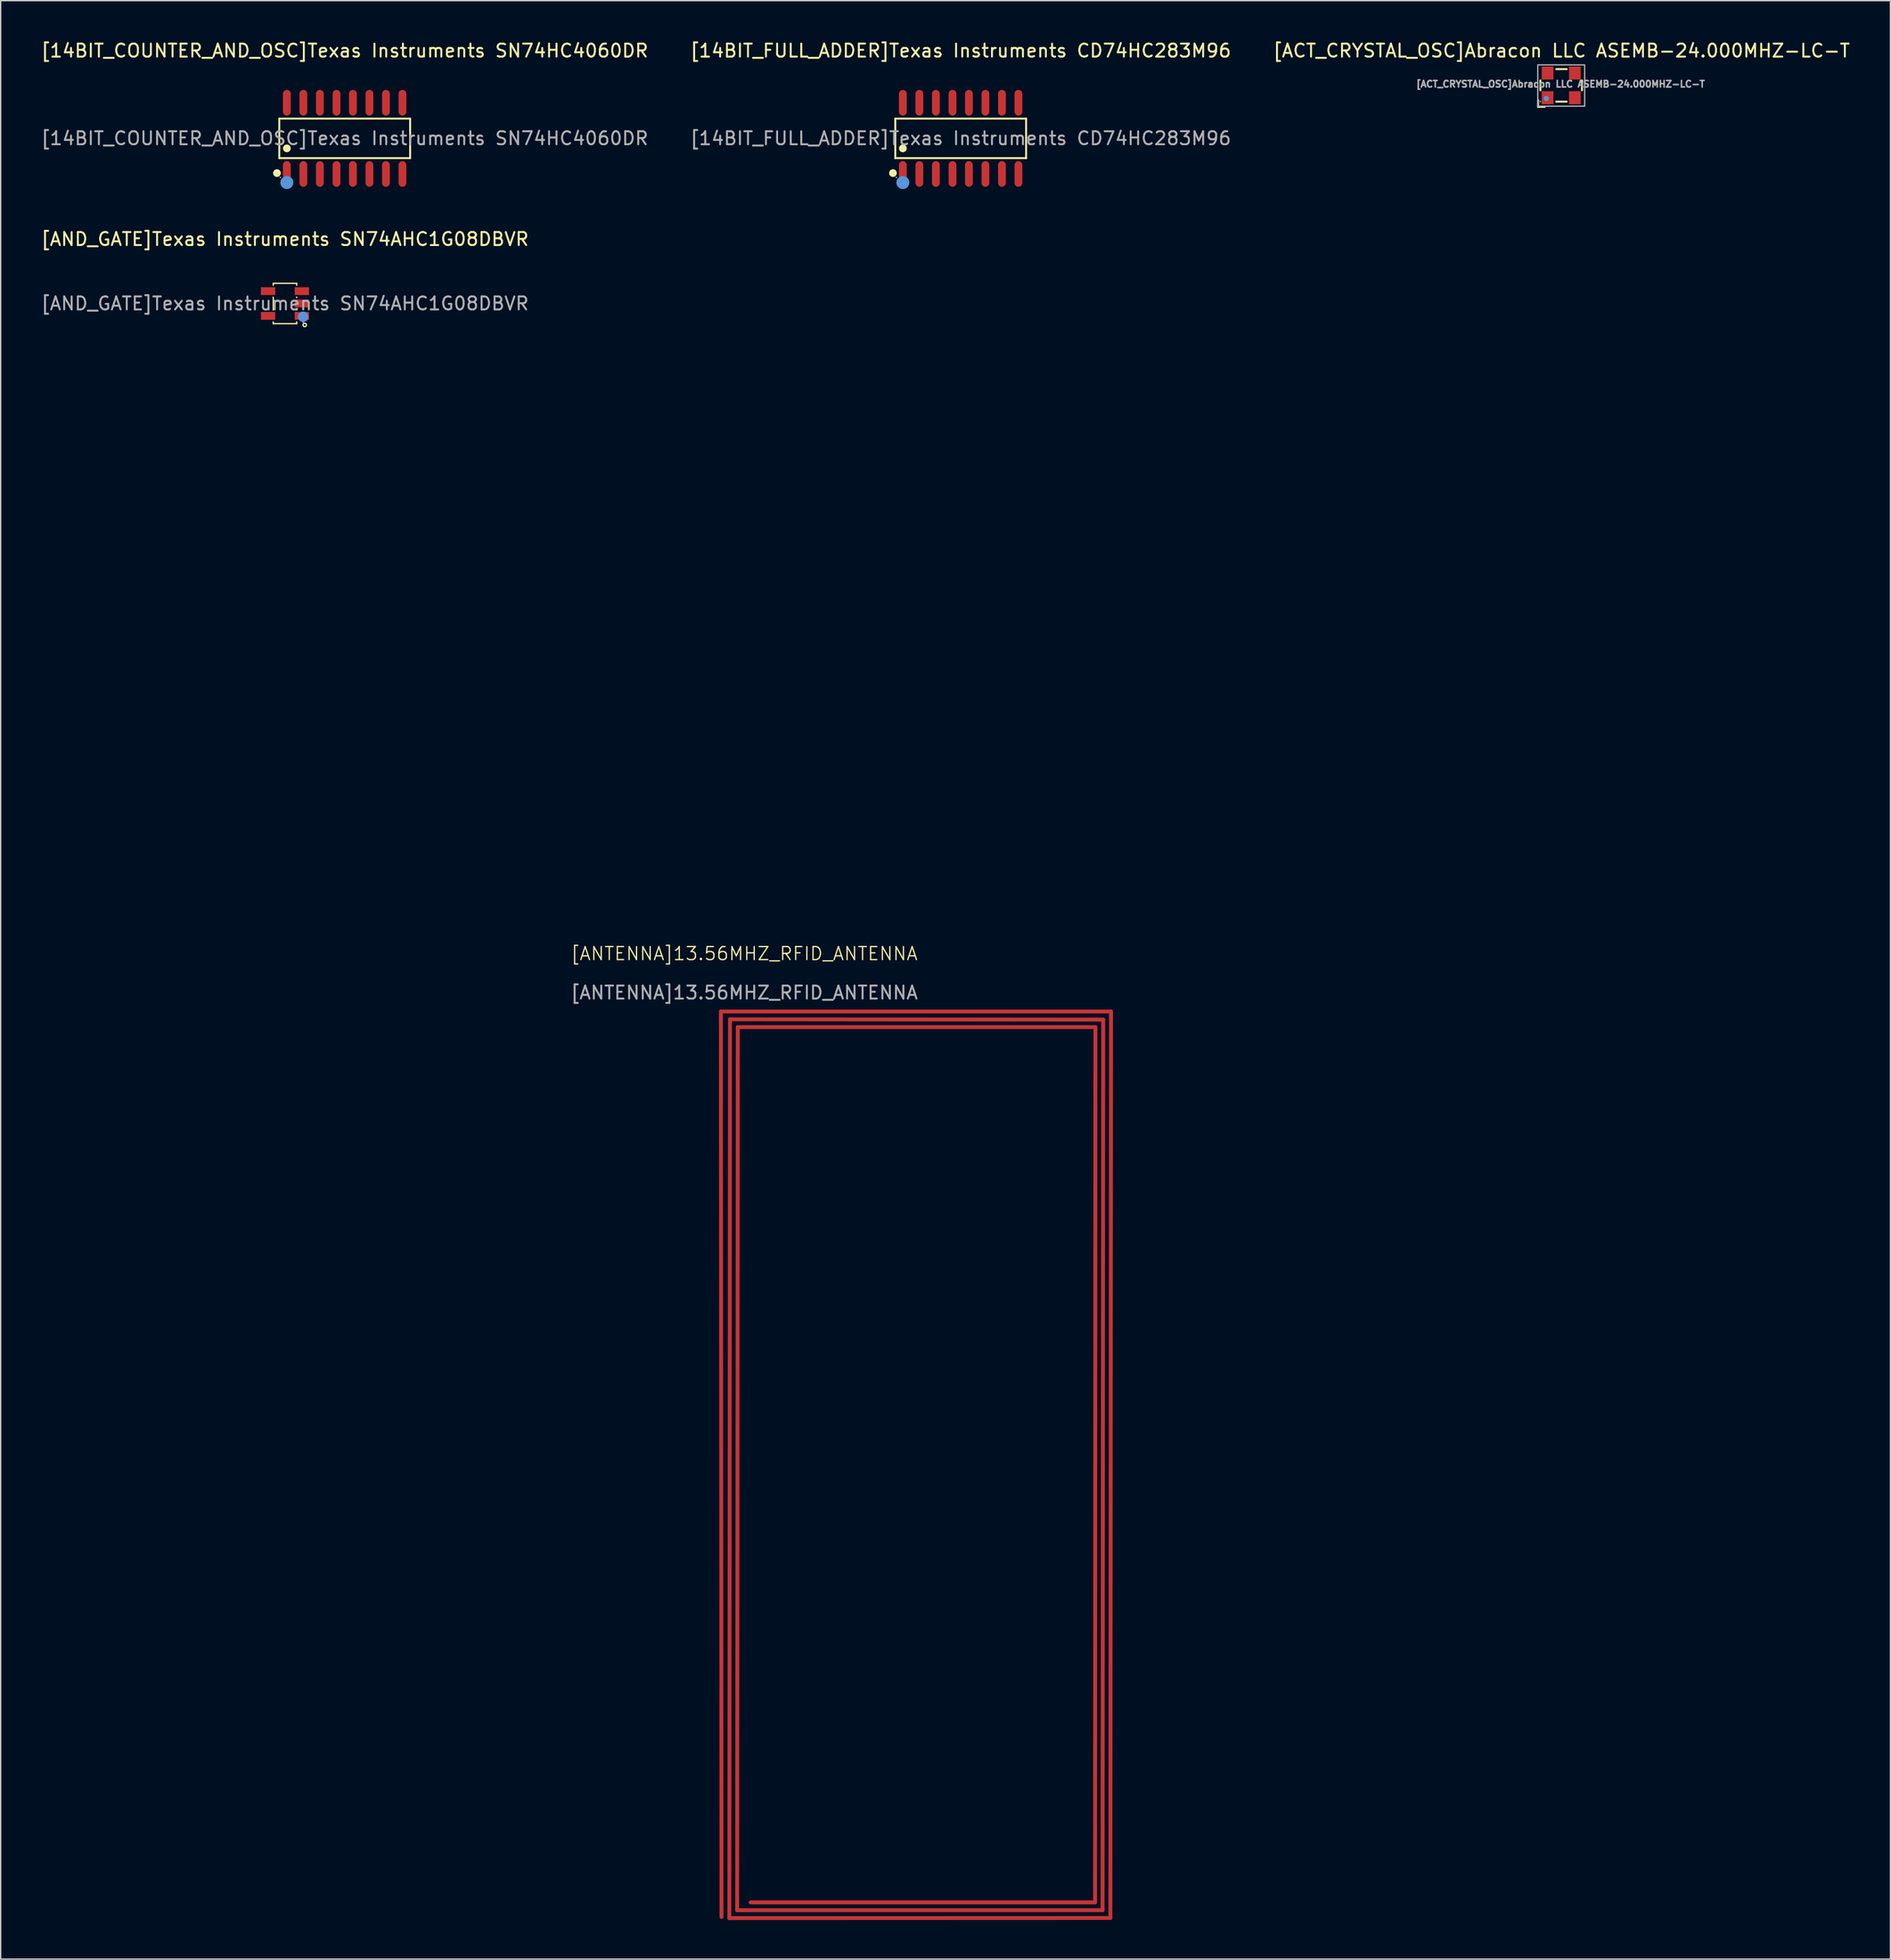
<source format=kicad_pcb>
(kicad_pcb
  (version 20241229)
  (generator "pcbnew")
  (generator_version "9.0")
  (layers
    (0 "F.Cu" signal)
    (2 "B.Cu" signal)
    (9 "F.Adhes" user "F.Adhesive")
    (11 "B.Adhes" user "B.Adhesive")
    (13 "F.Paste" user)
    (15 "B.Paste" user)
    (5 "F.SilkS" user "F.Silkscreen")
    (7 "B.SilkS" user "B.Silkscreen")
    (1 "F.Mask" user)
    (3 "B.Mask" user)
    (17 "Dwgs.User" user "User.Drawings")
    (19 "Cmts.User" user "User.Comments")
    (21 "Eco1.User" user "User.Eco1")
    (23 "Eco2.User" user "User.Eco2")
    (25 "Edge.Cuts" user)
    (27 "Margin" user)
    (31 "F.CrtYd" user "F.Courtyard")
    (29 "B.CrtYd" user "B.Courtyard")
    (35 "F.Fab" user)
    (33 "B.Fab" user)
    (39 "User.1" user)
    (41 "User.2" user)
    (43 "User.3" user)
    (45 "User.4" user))
  (footprint "[AND_GATE]Texas Instruments SN74AHC1G08DBVR"
    (layer "F.Cu")
    (at 18.863 20.287)
    (property "Reference" "[AND_GATE]Texas Instruments SN74AHC1G08DBVR" (at 0 -4.95 0) (layer "F.SilkS") (effects (font (size 1 1) (thickness 0.15))))
    (attr smd)
    (fp_line (start -0.9 -1.55) (end -0.9 -1.4) (stroke (width 0.1) (type solid)) (layer "F.SilkS"))
    (fp_line (start -0.9 -1.55) (end 0.9 -1.55) (stroke (width 0.1) (type solid)) (layer "F.SilkS"))
    (fp_line (start -0.9 -0.49) (end -0.9 0.5) (stroke (width 0.1) (type solid)) (layer "F.SilkS"))
    (fp_line (start -0.9 1.41) (end -0.9 1.55) (stroke (width 0.1) (type solid)) (layer "F.SilkS"))
    (fp_line (start -0.9 1.55) (end 0.9 1.55) (stroke (width 0.1) (type solid)) (layer "F.SilkS"))
    (fp_line (start 0.9 -1.55) (end 0.9 -1.4) (stroke (width 0.1) (type solid)) (layer "F.SilkS"))
    (fp_line (start 0.9 -0.49) (end 0.9 -0.45) (stroke (width 0.1) (type solid)) (layer "F.SilkS"))
    (fp_line (start 0.9 0.46) (end 0.9 0.5) (stroke (width 0.1) (type solid)) (layer "F.SilkS"))
    (fp_line (start 0.9 1.41) (end 0.9 1.55) (stroke (width 0.1) (type solid)) (layer "F.SilkS"))
    (fp_circle (center 1.52 1.65) (end 1.65 1.65) (stroke (width 0.1) (type solid)) (fill no) (layer "F.SilkS"))
    (fp_circle (center 1.4 1.02) (end 1.6 1.02) (stroke (width 0.4) (type solid)) (fill no) (layer "Cmts.User"))
    (fp_circle (center 1.4 1.45) (end 1.43 1.45) (stroke (width 0.06) (type solid)) (fill no) (layer "F.Fab"))
    (fp_text user "${REFERENCE}" (at 0 0 0) (layer "F.Fab") (effects (font (size 1 1) (thickness 0.15))))
    (pad "1" smd rect (at 1.3 0.95) (size 1.1 0.6) (layers "F.Cu" "F.Mask" "F.Paste"))
    (pad "2" smd rect (at 1.3 0) (size 1.1 0.6) (layers "F.Cu" "F.Mask" "F.Paste"))
    (pad "3" smd rect (at 1.3 -0.95) (size 1.1 0.6) (layers "F.Cu" "F.Mask" "F.Paste"))
    (pad "4" smd rect (at -1.3 -0.95) (size 1.1 0.6) (layers "F.Cu" "F.Mask" "F.Paste"))
    (pad "5" smd rect (at -1.3 0.95) (size 1.1 0.6) (layers "F.Cu" "F.Mask" "F.Paste")))
  (footprint "[14BIT_COUNTER_AND_OSC]Texas Instruments SN74HC4060DR"
    (layer "F.Cu")
    (at 23.458 7.588)
    (property "Reference" "[14BIT_COUNTER_AND_OSC]Texas Instruments SN74HC4060DR" (at 0 -6.74 0) (layer "F.SilkS") (effects (font (size 1 1) (thickness 0.15))))
    (attr smd)
    (fp_line (start -5.03 -1.52) (end 5.03 -1.52) (stroke (width 0.15) (type solid)) (layer "F.SilkS"))
    (fp_line (start -5.03 1.52) (end -5.03 -1.52) (stroke (width 0.15) (type solid)) (layer "F.SilkS"))
    (fp_line (start 5.03 -1.52) (end 5.03 1.52) (stroke (width 0.15) (type solid)) (layer "F.SilkS"))
    (fp_line (start 5.03 1.52) (end -5.03 1.52) (stroke (width 0.15) (type solid)) (layer "F.SilkS"))
    (fp_circle (center -5.21 2.67) (end -5.06 2.67) (stroke (width 0.3) (type solid)) (fill no) (layer "F.SilkS"))
    (fp_circle (center -4.45 0.77) (end -4.3 0.77) (stroke (width 0.3) (type solid)) (fill no) (layer "F.SilkS"))
    (fp_circle (center -4.45 3.4) (end -4.2 3.4) (stroke (width 0.5) (type solid)) (fill no) (layer "Cmts.User"))
    (fp_circle (center -4.95 3) (end -4.92 3) (stroke (width 0.06) (type solid)) (fill no) (layer "F.Fab"))
    (fp_text user "${REFERENCE}" (at 0 0 0) (layer "F.Fab") (effects (font (size 1 1) (thickness 0.15))))
    (pad "1" smd oval (at -4.45 2.74) (size 0.6 1.97) (layers "F.Cu" "F.Mask" "F.Paste"))
    (pad "2" smd oval (at -3.18 2.74) (size 0.6 1.97) (layers "F.Cu" "F.Mask" "F.Paste"))
    (pad "3" smd oval (at -1.91 2.74) (size 0.6 1.97) (layers "F.Cu" "F.Mask" "F.Paste"))
    (pad "4" smd oval (at -0.63 2.74) (size 0.6 1.97) (layers "F.Cu" "F.Mask" "F.Paste"))
    (pad "5" smd oval (at 0.63 2.74) (size 0.6 1.97) (layers "F.Cu" "F.Mask" "F.Paste"))
    (pad "6" smd oval (at 1.9 2.74) (size 0.6 1.97) (layers "F.Cu" "F.Mask" "F.Paste"))
    (pad "7" smd oval (at 3.17 2.74) (size 0.6 1.97) (layers "F.Cu" "F.Mask" "F.Paste"))
    (pad "8" smd oval (at 4.44 2.74) (size 0.6 1.97) (layers "F.Cu" "F.Mask" "F.Paste"))
    (pad "9" smd oval (at 4.44 -2.74) (size 0.6 1.97) (layers "F.Cu" "F.Mask" "F.Paste"))
    (pad "10" smd oval (at 3.17 -2.74) (size 0.6 1.97) (layers "F.Cu" "F.Mask" "F.Paste"))
    (pad "11" smd oval (at 1.9 -2.74) (size 0.6 1.97) (layers "F.Cu" "F.Mask" "F.Paste"))
    (pad "12" smd oval (at 0.63 -2.74) (size 0.6 1.97) (layers "F.Cu" "F.Mask" "F.Paste"))
    (pad "13" smd oval (at -0.63 -2.74) (size 0.6 1.97) (layers "F.Cu" "F.Mask" "F.Paste"))
    (pad "14" smd oval (at -1.91 -2.74) (size 0.6 1.97) (layers "F.Cu" "F.Mask" "F.Paste"))
    (pad "15" smd oval (at -3.18 -2.74) (size 0.6 1.97) (layers "F.Cu" "F.Mask" "F.Paste"))
    (pad "16" smd oval (at -4.45 -2.74) (size 0.6 1.97) (layers "F.Cu" "F.Mask" "F.Paste")))
  (footprint "[14BIT_FULL_ADDER]Texas Instruments CD74HC283M96"
    (layer "F.Cu")
    (at 70.827 7.588)
    (property "Reference" "[14BIT_FULL_ADDER]Texas Instruments CD74HC283M96" (at 0 -6.74 0) (layer "F.SilkS") (effects (font (size 1 1) (thickness 0.15))))
    (attr smd)
    (fp_line (start -5.03 -1.52) (end 5.03 -1.52) (stroke (width 0.15) (type solid)) (layer "F.SilkS"))
    (fp_line (start -5.03 1.52) (end -5.03 -1.52) (stroke (width 0.15) (type solid)) (layer "F.SilkS"))
    (fp_line (start 5.03 -1.52) (end 5.03 1.52) (stroke (width 0.15) (type solid)) (layer "F.SilkS"))
    (fp_line (start 5.03 1.52) (end -5.03 1.52) (stroke (width 0.15) (type solid)) (layer "F.SilkS"))
    (fp_circle (center -5.21 2.67) (end -5.06 2.67) (stroke (width 0.3) (type solid)) (fill no) (layer "F.SilkS"))
    (fp_circle (center -4.45 0.77) (end -4.3 0.77) (stroke (width 0.3) (type solid)) (fill no) (layer "F.SilkS"))
    (fp_circle (center -4.45 3.4) (end -4.2 3.4) (stroke (width 0.5) (type solid)) (fill no) (layer "Cmts.User"))
    (fp_circle (center -4.95 3) (end -4.92 3) (stroke (width 0.06) (type solid)) (fill no) (layer "F.Fab"))
    (fp_text user "${REFERENCE}" (at 0 0 0) (layer "F.Fab") (effects (font (size 1 1) (thickness 0.15))))
    (pad "1" smd oval (at -4.45 2.74) (size 0.6 1.97) (layers "F.Cu" "F.Mask" "F.Paste"))
    (pad "2" smd oval (at -3.18 2.74) (size 0.6 1.97) (layers "F.Cu" "F.Mask" "F.Paste"))
    (pad "3" smd oval (at -1.91 2.74) (size 0.6 1.97) (layers "F.Cu" "F.Mask" "F.Paste"))
    (pad "4" smd oval (at -0.63 2.74) (size 0.6 1.97) (layers "F.Cu" "F.Mask" "F.Paste"))
    (pad "5" smd oval (at 0.63 2.74) (size 0.6 1.97) (layers "F.Cu" "F.Mask" "F.Paste"))
    (pad "6" smd oval (at 1.9 2.74) (size 0.6 1.97) (layers "F.Cu" "F.Mask" "F.Paste"))
    (pad "7" smd oval (at 3.17 2.74) (size 0.6 1.97) (layers "F.Cu" "F.Mask" "F.Paste"))
    (pad "8" smd oval (at 4.44 2.74) (size 0.6 1.97) (layers "F.Cu" "F.Mask" "F.Paste"))
    (pad "9" smd oval (at 4.44 -2.74) (size 0.6 1.97) (layers "F.Cu" "F.Mask" "F.Paste"))
    (pad "10" smd oval (at 3.17 -2.74) (size 0.6 1.97) (layers "F.Cu" "F.Mask" "F.Paste"))
    (pad "11" smd oval (at 1.9 -2.74) (size 0.6 1.97) (layers "F.Cu" "F.Mask" "F.Paste"))
    (pad "12" smd oval (at 0.63 -2.74) (size 0.6 1.97) (layers "F.Cu" "F.Mask" "F.Paste"))
    (pad "13" smd oval (at -0.63 -2.74) (size 0.6 1.97) (layers "F.Cu" "F.Mask" "F.Paste"))
    (pad "14" smd oval (at -1.91 -2.74) (size 0.6 1.97) (layers "F.Cu" "F.Mask" "F.Paste"))
    (pad "15" smd oval (at -3.18 -2.74) (size 0.6 1.97) (layers "F.Cu" "F.Mask" "F.Paste"))
    (pad "16" smd oval (at -4.45 -2.74) (size 0.6 1.97) (layers "F.Cu" "F.Mask" "F.Paste")))
  (footprint "[ACT_CRYSTAL_OSC]Abracon LLC ASEMB-24.000MHZ-LC-T"
    (layer "F.Cu")
    (at 117.004 3.515)
    (property "Reference" "[ACT_CRYSTAL_OSC]Abracon LLC ASEMB-24.000MHZ-LC-T" (at 0.025 -2.667 0) (layer "F.SilkS") (effects (font (size 1 1) (thickness 0.15))))
    (attr through_hole)
    (fp_line (start -1.78 1.14) (end -1.78 1.65) (stroke (width 0.15) (type solid)) (layer "F.SilkS"))
    (fp_line (start -1.78 1.65) (end -1.27 1.65) (stroke (width 0.15) (type solid)) (layer "F.SilkS"))
    (fp_line (start -1.6 -0.38) (end -1.6 0.38) (stroke (width 0.15) (type solid)) (layer "F.SilkS"))
    (fp_line (start -0.38 -1.25) (end 0.42 -1.25) (stroke (width 0.15) (type solid)) (layer "F.SilkS"))
    (fp_line (start -0.38 1.25) (end 0.42 1.25) (stroke (width 0.15) (type solid)) (layer "F.SilkS"))
    (fp_line (start 1.6 -0.38) (end 1.6 0.38) (stroke (width 0.15) (type solid)) (layer "F.SilkS"))
    (fp_circle (center -1.15 1.01) (end -1.05 1.01) (stroke (width 0.2) (type solid)) (fill no) (layer "Cmts.User"))
    (fp_rect (start -1.803 -1.575) (end 1.803 1.6) (stroke (width 0.1) (type default)) (fill no) (layer "F.Fab"))
    (fp_circle (center -1.6 1.25) (end -1.57 1.25) (stroke (width 0.06) (type solid)) (fill no) (layer "F.Fab"))
    (fp_text user "${REFERENCE}" (at -0.051 -0.102 0) (layer "F.Fab") (effects (font (size 0.5 0.5) (thickness 0.125))))
    (pad "1" smd rect (at -1.05 0.95) (size 0.9 1) (layers "F.Cu" "F.Mask" "F.Paste"))
    (pad "2" smd rect (at 1.05 0.95) (size 0.9 1) (layers "F.Cu" "F.Mask" "F.Paste"))
    (pad "3" smd rect (at 1.05 -0.95) (size 0.9 1) (layers "F.Cu" "F.Mask" "F.Paste"))
    (pad "4" smd rect (at -1.05 -0.95) (size 0.9 1) (layers "F.Cu" "F.Mask" "F.Paste")))
  (footprint "[ANTENNA]13.56MHZ_RFID_ANTENNA"
    (layer "F.Cu")
    (at 54.185 70.776)
    (property "Reference" "[ANTENNA]13.56MHZ_RFID_ANTENNA" (at 0 -0.5 0) (unlocked yes) (layer "F.SilkS") (effects (font (size 1 1) (thickness 0.1))))
    (attr smd)
    (fp_line (start -1.8 3.95) (end -1.75 73.57) (stroke (width 0.3) (type default)) (layer "F.Cu"))
    (fp_line (start -1.8 3.95) (end 28.2 3.95) (stroke (width 0.3) (type default)) (layer "F.Cu"))
    (fp_line (start -1.15 73.66) (end -1.1 4.55) (stroke (width 0.3) (type default)) (layer "F.Cu"))
    (fp_line (start -1.15 73.66) (end 28.15 73.65) (stroke (width 0.3) (type default)) (layer "F.Cu"))
    (fp_line (start -1.1 4.55) (end 27.6 4.575) (stroke (width 0.3) (type default)) (layer "F.Cu"))
    (fp_line (start -0.55 73.05) (end -0.5 5.15) (stroke (width 0.3) (type default)) (layer "F.Cu"))
    (fp_line (start -0.55 73.05) (end 27.55 73.05) (stroke (width 0.3) (type default)) (layer "F.Cu"))
    (fp_line (start -0.5 5.15) (end 27 5.15) (stroke (width 0.3) (type default)) (layer "F.Cu"))
    (fp_line (start 0.486 72.451) (end 26.975 72.45) (stroke (width 0.3) (type default)) (layer "F.Cu"))
    (fp_line (start 26.975 72.45) (end 27 5.15) (stroke (width 0.3) (type default)) (layer "F.Cu"))
    (fp_line (start 27.55 73.05) (end 27.6 4.575) (stroke (width 0.3) (type default)) (layer "F.Cu"))
    (fp_line (start 28.15 73.65) (end 28.2 3.95) (stroke (width 0.3) (type default)) (layer "F.Cu"))
    (fp_text user "${REFERENCE}" (at 0 2.5 0) (unlocked yes) (layer "F.Fab") (effects (font (size 1 1) (thickness 0.15))))
    (fp_text user "Length (amax)\n70\nmm\nWidth (bmax)\n35\nmm\nTrack width (w)\n300\nµm\nGap between tracks (g)\n300\nµm\nAdditional Overlap Area (A)\n0\nmm2\nTrack Thickness\n35\nµm\nNumber of Turns (N)\n3\nTurn exponent (E)\n1.66\nPCB Thickness\n1.59\nmm\nEr\n4.3\nInductance (Lant)\n1337\nnH\nLant min\n1252\nnH\nLant max\n1648\nnH\nCapacitance (Cant)\n2.1\npF\nResistance (Rant)\n1.65\nΩ\nSelf resonance (Fres)\n96\nMHz\n" (at 25.6 16 0) (unlocked yes) (layer "User.1") (effects (font (size 1 1) (thickness 0.15)) (justify left bottom))))
  (gr_rect
    (start -3 -3)
    (end 142.321 147.586)
    (stroke (width 0.1) (type default))
    (fill no)
    (layer "Edge.Cuts")))
</source>
